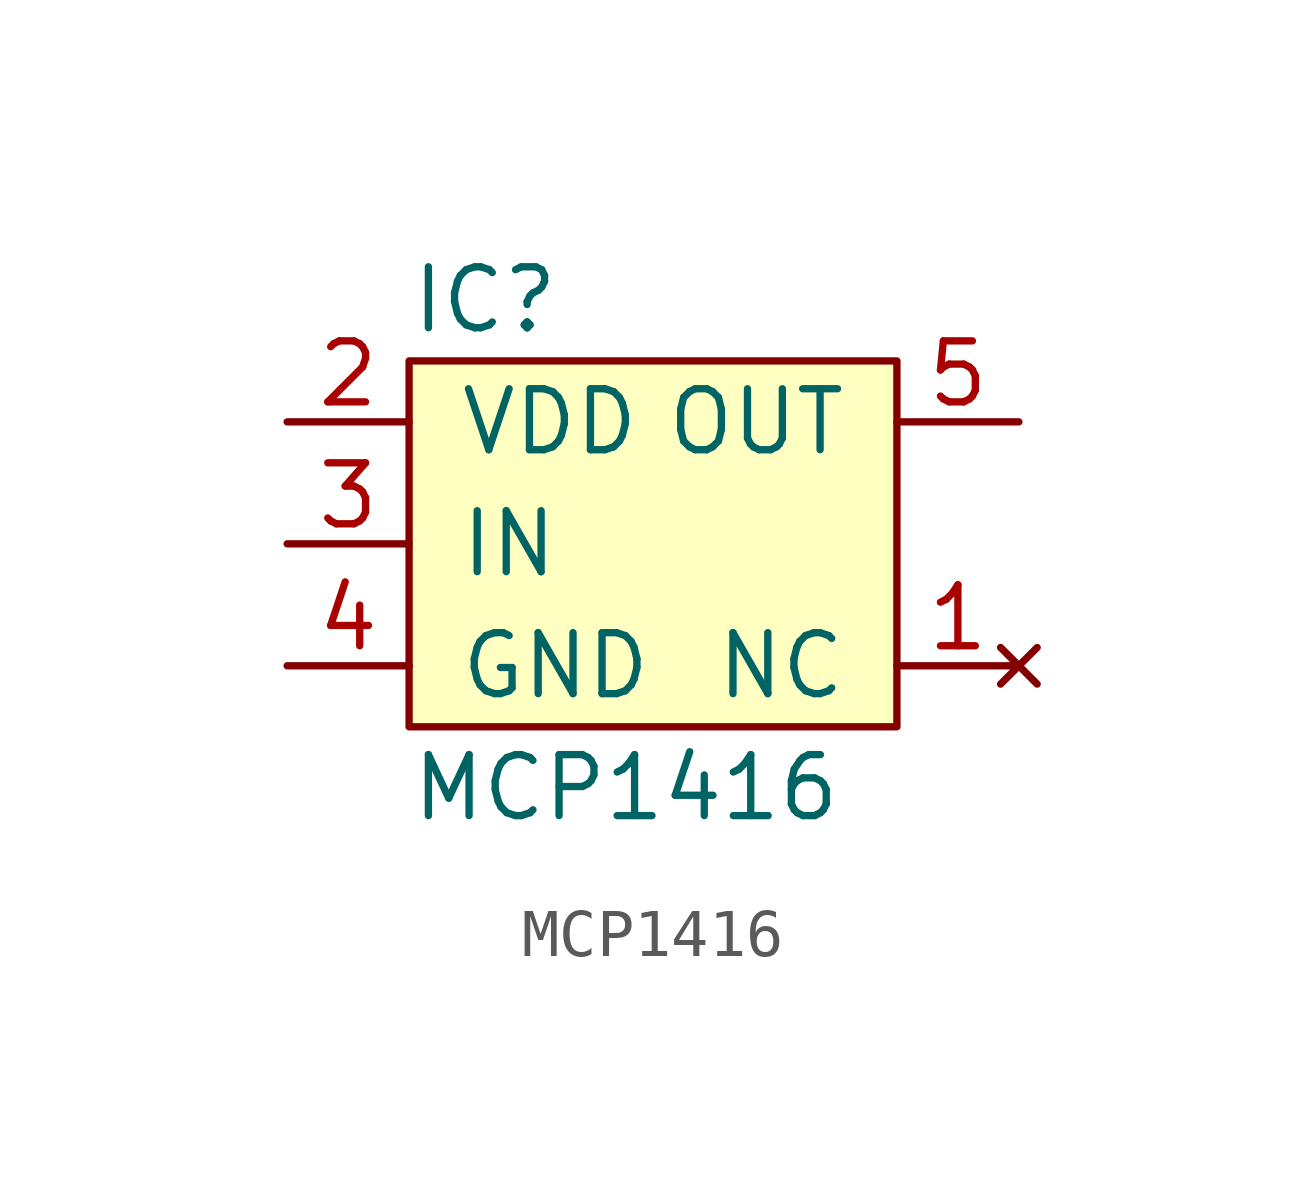
<source format=kicad_sym>
(kicad_symbol_lib
  (version 20211014)
  (generator agg_kicad.build_lib_ic)
  (symbol "MCP1416"
    (pin_names
      (offset 1.016))
    (property Reference IC
      (at -5.08 5.08 0)
      (effects (font (size 1.27 1.27)) (justify left)))
    (property Value "MCP1416"
      (at -5.08 -5.08 0)
      (effects (font (size 1.27 1.27)) (justify left)))
    (symbol "MCP1416_0_0"
      (rectangle (start -5.08 3.81) (end 5.08 -3.81) (stroke (width 0) (type default) (color 0 0 0 0)) (fill (type background)))
      (pin power_in line (at -7.62 2.54 0) (length 2.54) (name VDD (effects (font (size 1.27 1.27)))) (number "2" (effects (font (size 1.27 1.27)))))
      (pin input line (at -7.62 0 0) (length 2.54) (name IN (effects (font (size 1.27 1.27)))) (number "3" (effects (font (size 1.27 1.27)))))
      (pin power_in line (at -7.62 -2.54 0) (length 2.54) (name GND (effects (font (size 1.27 1.27)))) (number "4" (effects (font (size 1.27 1.27)))))
      (pin output line (at 7.62 2.54 180) (length 2.54) (name OUT (effects (font (size 1.27 1.27)))) (number "5" (effects (font (size 1.27 1.27)))))
      (pin no_connect line (at 7.62 -2.54 180) (length 2.54) (name NC (effects (font (size 1.27 1.27)))) (number "1" (effects (font (size 1.27 1.27))))))))
</source>
